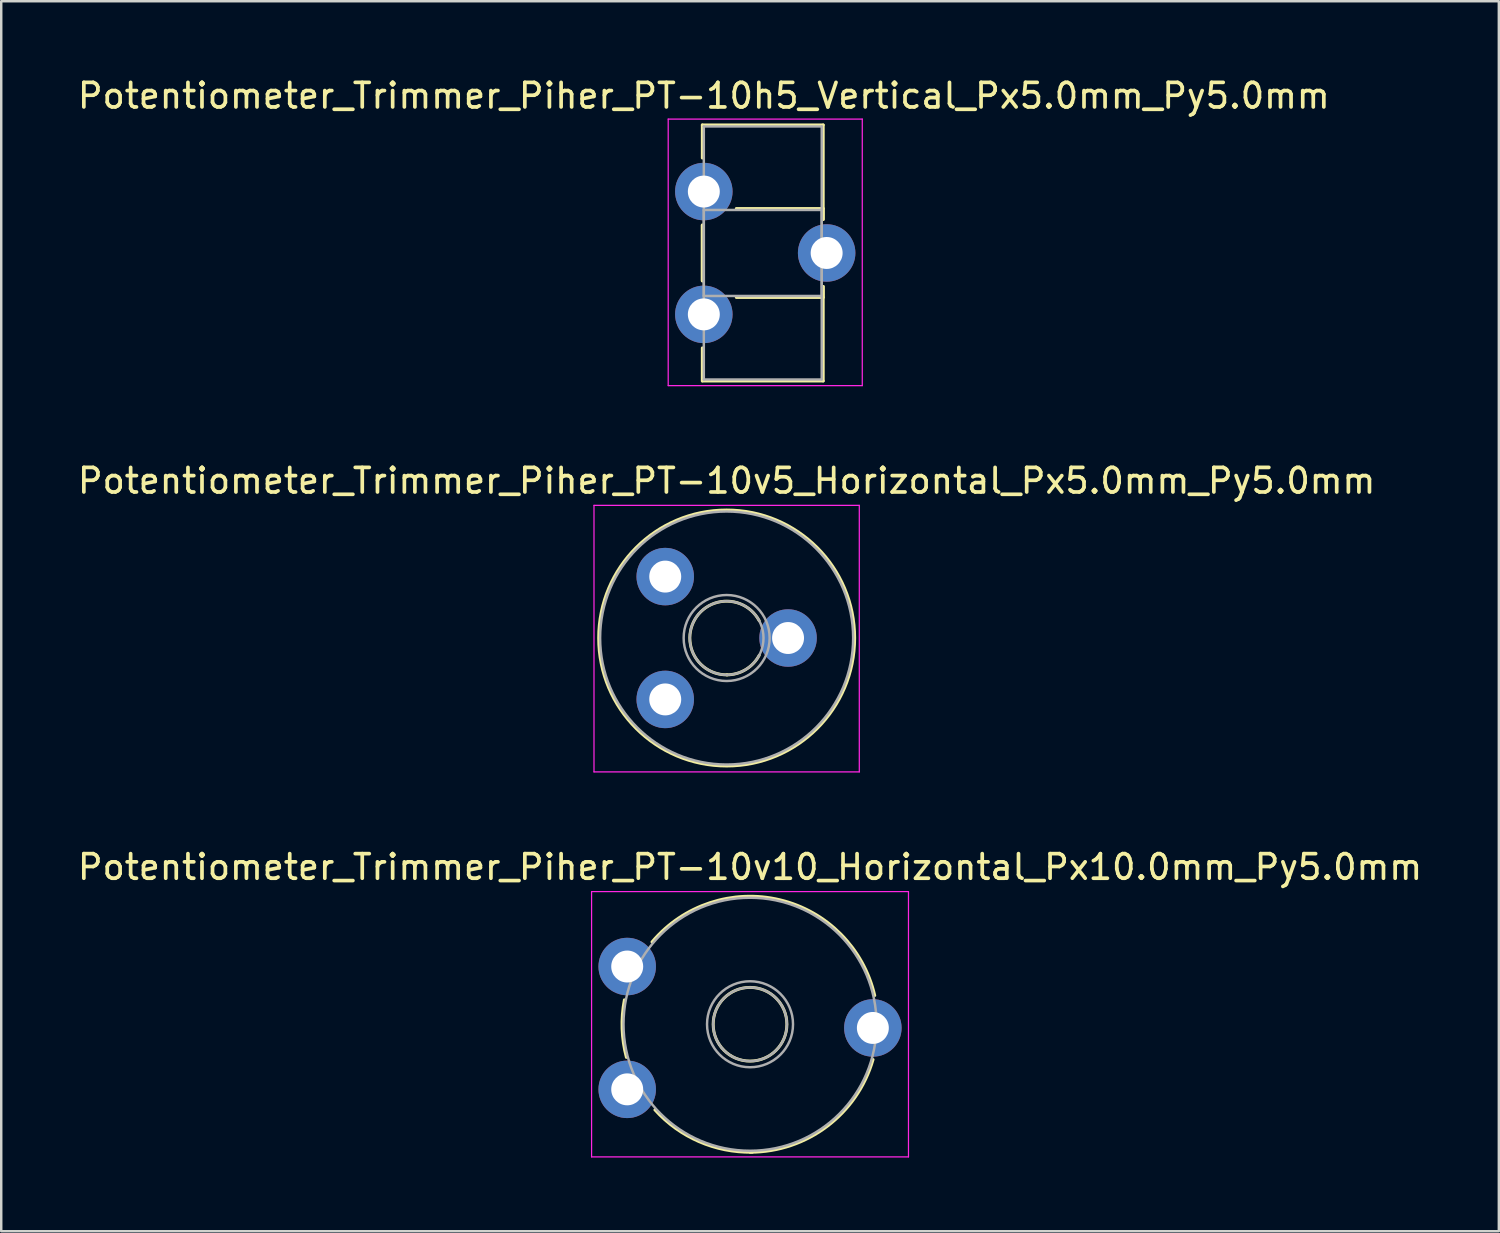
<source format=kicad_pcb>
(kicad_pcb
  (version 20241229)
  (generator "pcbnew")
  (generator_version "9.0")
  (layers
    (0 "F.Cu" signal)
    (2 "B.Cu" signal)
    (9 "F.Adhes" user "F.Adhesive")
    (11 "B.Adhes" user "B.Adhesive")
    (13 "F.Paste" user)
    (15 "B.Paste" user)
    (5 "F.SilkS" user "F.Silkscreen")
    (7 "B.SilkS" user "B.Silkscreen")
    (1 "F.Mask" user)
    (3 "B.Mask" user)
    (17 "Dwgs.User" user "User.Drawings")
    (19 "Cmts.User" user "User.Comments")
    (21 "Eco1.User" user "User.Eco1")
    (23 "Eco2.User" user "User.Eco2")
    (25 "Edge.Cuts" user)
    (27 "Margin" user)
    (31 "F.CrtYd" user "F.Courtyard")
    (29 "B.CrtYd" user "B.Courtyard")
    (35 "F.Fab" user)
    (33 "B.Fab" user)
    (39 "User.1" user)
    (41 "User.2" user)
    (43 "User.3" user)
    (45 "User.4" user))
  (footprint "Potentiometer_Trimmer_Piher_PT-10v10_Horizontal_Px10.0mm_Py5.0mm"
    (layer "F.Cu")
    (at 22.482 41.295)
    (property "Reference" "Potentiometer_Trimmer_Piher_PT-10v10_Horizontal_Px10.0mm_Py5.0mm" (at 5 -9.05 0) (layer "F.SilkS") (effects (font (size 1 1) (thickness 0.15))))
    (attr through_hole)
    (fp_arc (start -0.033072 -1.301133) (mid -0.207504 -2.467899) (end -0.115 -3.644) (stroke (width 0.12) (type solid)) (layer "F.SilkS"))
    (fp_arc (start 1.009383 -5.999947) (mid 6.217378 -7.716079) (end 10.077 -3.821) (stroke (width 0.12) (type solid)) (layer "F.SilkS"))
    (fp_arc (start 5.090657 2.559257) (mid 2.922251 2.127817) (end 1.128 0.836) (stroke (width 0.12) (type solid)) (layer "F.SilkS"))
    (fp_arc (start 10.008173 -1.213929) (mid 8.135456 1.510891) (end 5 2.56) (stroke (width 0.12) (type solid)) (layer "F.SilkS"))
    (fp_circle (center 5 -2.65) (end 6.5 -2.65) (stroke (width 0.12) (type solid)) (fill no) (layer "F.SilkS"))
    (fp_line (start -1.45 -8.05) (end -1.45 2.75) (stroke (width 0.05) (type solid)) (layer "F.CrtYd"))
    (fp_line (start -1.45 2.75) (end 11.45 2.75) (stroke (width 0.05) (type solid)) (layer "F.CrtYd"))
    (fp_line (start 11.45 -8.05) (end -1.45 -8.05) (stroke (width 0.05) (type solid)) (layer "F.CrtYd"))
    (fp_line (start 11.45 2.75) (end 11.45 -8.05) (stroke (width 0.05) (type solid)) (layer "F.CrtYd"))
    (fp_circle (center 5 -2.65) (end 6.5 -2.65) (stroke (width 0.1) (type solid)) (fill no) (layer "F.Fab"))
    (fp_circle (center 5 -2.65) (end 6.75 -2.65) (stroke (width 0.1) (type solid)) (fill no) (layer "F.Fab"))
    (fp_circle (center 5 -2.65) (end 10.15 -2.65) (stroke (width 0.1) (type solid)) (fill no) (layer "F.Fab"))
    (pad "1" thru_hole circle (at 0 0) (size 2.34 2.34) (drill 1.3) (layers "*.Cu" "*.Mask"))
    (pad "2" thru_hole circle (at 10 -2.5) (size 2.34 2.34) (drill 1.3) (layers "*.Cu" "*.Mask"))
    (pad "3" thru_hole circle (at 0 -5) (size 2.34 2.34) (drill 1.3) (layers "*.Cu" "*.Mask")))
  (footprint "Potentiometer_Trimmer_Piher_PT-10v5_Horizontal_Px5.0mm_Py5.0mm"
    (layer "F.Cu")
    (at 24.03 25.422)
    (property "Reference" "Potentiometer_Trimmer_Piher_PT-10v5_Horizontal_Px5.0mm_Py5.0mm" (at 2.5 -8.9 0) (layer "F.SilkS") (effects (font (size 1 1) (thickness 0.15))))
    (attr through_hole)
    (fp_arc (start 2.527185 -1.000698) (mid 1.208953 -3.261057) (end 3.825 -3.204) (stroke (width 0.12) (type solid)) (layer "F.SilkS"))
    (fp_arc (start 3.825421 -1.795793) (mid 3.273557 -1.21425) (end 2.501 -1) (stroke (width 0.12) (type solid)) (layer "F.SilkS"))
    (fp_circle (center 2.501 -2.5) (end 7.711 -2.5) (stroke (width 0.12) (type solid)) (fill no) (layer "F.SilkS"))
    (fp_line (start -2.9 -7.9) (end -2.9 2.95) (stroke (width 0.05) (type solid)) (layer "F.CrtYd"))
    (fp_line (start -2.9 2.95) (end 7.9 2.95) (stroke (width 0.05) (type solid)) (layer "F.CrtYd"))
    (fp_line (start 7.9 -7.9) (end -2.9 -7.9) (stroke (width 0.05) (type solid)) (layer "F.CrtYd"))
    (fp_line (start 7.9 2.95) (end 7.9 -7.9) (stroke (width 0.05) (type solid)) (layer "F.CrtYd"))
    (fp_circle (center 2.5 -2.5) (end 4 -2.5) (stroke (width 0.1) (type solid)) (fill no) (layer "F.Fab"))
    (fp_circle (center 2.5 -2.5) (end 4.25 -2.5) (stroke (width 0.1) (type solid)) (fill no) (layer "F.Fab"))
    (fp_circle (center 2.5 -2.5) (end 7.65 -2.5) (stroke (width 0.1) (type solid)) (fill no) (layer "F.Fab"))
    (pad "1" thru_hole circle (at 0 0) (size 2.34 2.34) (drill 1.3) (layers "*.Cu" "*.Mask"))
    (pad "2" thru_hole circle (at 5 -2.5) (size 2.34 2.34) (drill 1.3) (layers "*.Cu" "*.Mask"))
    (pad "3" thru_hole circle (at 0 -5) (size 2.34 2.34) (drill 1.3) (layers "*.Cu" "*.Mask")))
  (footprint "Potentiometer_Trimmer_Piher_PT-10h5_Vertical_Px5.0mm_Py5.0mm"
    (layer "F.Cu")
    (at 25.601 4.748)
    (property "Reference" "Potentiometer_Trimmer_Piher_PT-10h5_Vertical_Px5.0mm_Py5.0mm" (at 0 -3.9 0) (layer "F.SilkS") (effects (font (size 1 1) (thickness 0.15))))
    (attr through_hole)
    (fp_line (start -0.061 -2.711) (end -0.061 -1.365) (stroke (width 0.12) (type solid)) (layer "F.SilkS"))
    (fp_line (start -0.061 -2.711) (end 4.86 -2.711) (stroke (width 0.12) (type solid)) (layer "F.SilkS"))
    (fp_line (start -0.061 1.365) (end -0.061 3.635) (stroke (width 0.12) (type solid)) (layer "F.SilkS"))
    (fp_line (start -0.061 1.365) (end -0.061 3.635) (stroke (width 0.12) (type solid)) (layer "F.SilkS"))
    (fp_line (start -0.061 6.365) (end -0.061 7.71) (stroke (width 0.12) (type solid)) (layer "F.SilkS"))
    (fp_line (start -0.061 7.71) (end 4.86 7.71) (stroke (width 0.12) (type solid)) (layer "F.SilkS"))
    (fp_line (start 1.323 0.69) (end 4.86 0.69) (stroke (width 0.12) (type solid)) (layer "F.SilkS"))
    (fp_line (start 1.323 4.31) (end 4.86 4.31) (stroke (width 0.12) (type solid)) (layer "F.SilkS"))
    (fp_line (start 4.86 -2.711) (end 4.86 1.135) (stroke (width 0.12) (type solid)) (layer "F.SilkS"))
    (fp_line (start 4.86 0.69) (end 4.86 1.135) (stroke (width 0.12) (type solid)) (layer "F.SilkS"))
    (fp_line (start 4.86 3.865) (end 4.86 4.31) (stroke (width 0.12) (type solid)) (layer "F.SilkS"))
    (fp_line (start 4.86 3.865) (end 4.86 7.71) (stroke (width 0.12) (type solid)) (layer "F.SilkS"))
    (fp_line (start -1.45 -2.95) (end -1.45 7.9) (stroke (width 0.05) (type solid)) (layer "F.CrtYd"))
    (fp_line (start -1.45 7.9) (end 6.45 7.9) (stroke (width 0.05) (type solid)) (layer "F.CrtYd"))
    (fp_line (start 6.45 -2.95) (end -1.45 -2.95) (stroke (width 0.05) (type solid)) (layer "F.CrtYd"))
    (fp_line (start 6.45 7.9) (end 6.45 -2.95) (stroke (width 0.05) (type solid)) (layer "F.CrtYd"))
    (fp_line (start 0 -2.65) (end 4.8 -2.65) (stroke (width 0.1) (type solid)) (layer "F.Fab"))
    (fp_line (start 0 0.75) (end 0 4.25) (stroke (width 0.1) (type solid)) (layer "F.Fab"))
    (fp_line (start 0 4.25) (end 4.8 4.25) (stroke (width 0.1) (type solid)) (layer "F.Fab"))
    (fp_line (start 0 7.65) (end 0 -2.65) (stroke (width 0.1) (type solid)) (layer "F.Fab"))
    (fp_line (start 4.8 -2.65) (end 4.8 7.65) (stroke (width 0.1) (type solid)) (layer "F.Fab"))
    (fp_line (start 4.8 0.75) (end 0 0.75) (stroke (width 0.1) (type solid)) (layer "F.Fab"))
    (fp_line (start 4.8 4.25) (end 4.8 0.75) (stroke (width 0.1) (type solid)) (layer "F.Fab"))
    (fp_line (start 4.8 7.65) (end 0 7.65) (stroke (width 0.1) (type solid)) (layer "F.Fab"))
    (pad "1" thru_hole circle (at 0 0) (size 2.34 2.34) (drill 1.3) (layers "*.Cu" "*.Mask"))
    (pad "2" thru_hole circle (at 5 2.5) (size 2.34 2.34) (drill 1.3) (layers "*.Cu" "*.Mask"))
    (pad "3" thru_hole circle (at 0 5) (size 2.34 2.34) (drill 1.3) (layers "*.Cu" "*.Mask")))
  (gr_rect
    (start -3 -3)
    (end 57.964 47.07)
    (stroke (width 0.1) (type default))
    (fill no)
    (layer "Edge.Cuts")))
</source>
